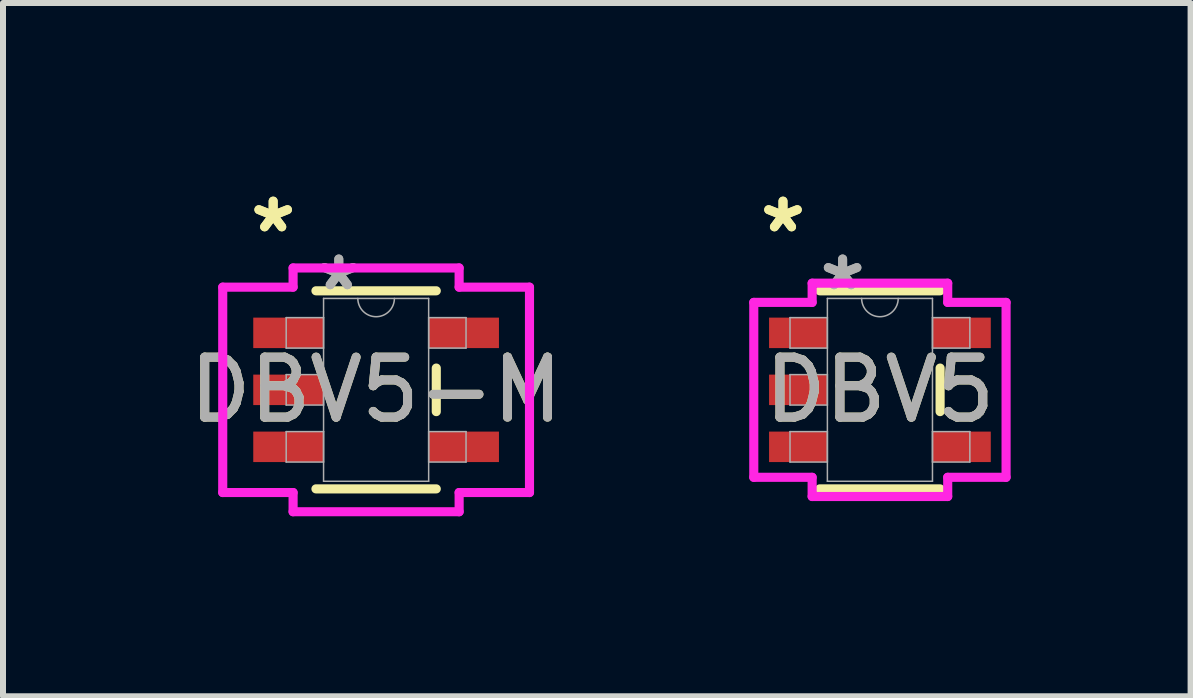
<source format=kicad_pcb>
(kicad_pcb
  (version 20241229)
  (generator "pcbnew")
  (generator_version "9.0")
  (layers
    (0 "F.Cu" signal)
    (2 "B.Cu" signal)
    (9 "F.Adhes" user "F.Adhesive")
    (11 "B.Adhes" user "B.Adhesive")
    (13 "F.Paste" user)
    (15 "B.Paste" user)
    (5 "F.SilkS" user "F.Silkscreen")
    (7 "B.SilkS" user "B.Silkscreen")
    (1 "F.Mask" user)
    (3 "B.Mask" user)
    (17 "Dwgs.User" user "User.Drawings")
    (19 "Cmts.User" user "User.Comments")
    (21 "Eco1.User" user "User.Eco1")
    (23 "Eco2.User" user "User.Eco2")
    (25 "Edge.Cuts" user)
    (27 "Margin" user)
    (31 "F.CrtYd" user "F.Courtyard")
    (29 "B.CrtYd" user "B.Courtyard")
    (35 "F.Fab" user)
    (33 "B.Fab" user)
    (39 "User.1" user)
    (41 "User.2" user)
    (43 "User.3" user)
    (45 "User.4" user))
  (footprint "DBV5-M"
    (layer "F.Cu")
    (at 3.22 3.449)
    (property "Reference" "DBV5-M" (at 0 0 0) (unlocked yes) (layer "F.SilkS") (effects (font (size 1 1) (thickness 0.15))))
    (attr smd)
    (fp_line (start -1.003 1.651) (end 1.003 1.651) (stroke (width 0.152) (type solid)) (layer "F.SilkS"))
    (fp_line (start 1.003 -1.651) (end -1.003 -1.651) (stroke (width 0.152) (type solid)) (layer "F.SilkS"))
    (fp_line (start 1.003 0.363) (end 1.003 -0.363) (stroke (width 0.152) (type solid)) (layer "F.SilkS"))
    (fp_line (start -2.557 -1.712) (end -1.384 -1.712) (stroke (width 0.152) (type solid)) (layer "F.CrtYd"))
    (fp_line (start -2.557 1.712) (end -2.557 -1.712) (stroke (width 0.152) (type solid)) (layer "F.CrtYd"))
    (fp_line (start -1.384 -2.032) (end 1.384 -2.032) (stroke (width 0.152) (type solid)) (layer "F.CrtYd"))
    (fp_line (start -1.384 -1.712) (end -1.384 -2.032) (stroke (width 0.152) (type solid)) (layer "F.CrtYd"))
    (fp_line (start -1.384 1.712) (end -2.557 1.712) (stroke (width 0.152) (type solid)) (layer "F.CrtYd"))
    (fp_line (start -1.384 2.032) (end -1.384 1.712) (stroke (width 0.152) (type solid)) (layer "F.CrtYd"))
    (fp_line (start 1.384 -2.032) (end 1.384 -1.712) (stroke (width 0.152) (type solid)) (layer "F.CrtYd"))
    (fp_line (start 1.384 -1.712) (end 2.557 -1.712) (stroke (width 0.152) (type solid)) (layer "F.CrtYd"))
    (fp_line (start 1.384 1.712) (end 1.384 2.032) (stroke (width 0.152) (type solid)) (layer "F.CrtYd"))
    (fp_line (start 1.384 2.032) (end -1.384 2.032) (stroke (width 0.152) (type solid)) (layer "F.CrtYd"))
    (fp_line (start 2.557 -1.712) (end 2.557 1.712) (stroke (width 0.152) (type solid)) (layer "F.CrtYd"))
    (fp_line (start 2.557 1.712) (end 1.384 1.712) (stroke (width 0.152) (type solid)) (layer "F.CrtYd"))
    (fp_line (start -1.499 -1.204) (end -1.499 -0.696) (stroke (width 0.025) (type solid)) (layer "F.Fab"))
    (fp_line (start -1.499 -0.696) (end -0.876 -0.696) (stroke (width 0.025) (type solid)) (layer "F.Fab"))
    (fp_line (start -1.499 -0.254) (end -1.499 0.254) (stroke (width 0.025) (type solid)) (layer "F.Fab"))
    (fp_line (start -1.499 0.254) (end -0.876 0.254) (stroke (width 0.025) (type solid)) (layer "F.Fab"))
    (fp_line (start -1.499 0.696) (end -1.499 1.204) (stroke (width 0.025) (type solid)) (layer "F.Fab"))
    (fp_line (start -1.499 1.204) (end -0.876 1.204) (stroke (width 0.025) (type solid)) (layer "F.Fab"))
    (fp_line (start -0.876 -1.524) (end -0.876 1.524) (stroke (width 0.025) (type solid)) (layer "F.Fab"))
    (fp_line (start -0.876 -1.204) (end -1.499 -1.204) (stroke (width 0.025) (type solid)) (layer "F.Fab"))
    (fp_line (start -0.876 -0.696) (end -0.876 -1.204) (stroke (width 0.025) (type solid)) (layer "F.Fab"))
    (fp_line (start -0.876 -0.254) (end -1.499 -0.254) (stroke (width 0.025) (type solid)) (layer "F.Fab"))
    (fp_line (start -0.876 0.254) (end -0.876 -0.254) (stroke (width 0.025) (type solid)) (layer "F.Fab"))
    (fp_line (start -0.876 0.696) (end -1.499 0.696) (stroke (width 0.025) (type solid)) (layer "F.Fab"))
    (fp_line (start -0.876 1.204) (end -0.876 0.696) (stroke (width 0.025) (type solid)) (layer "F.Fab"))
    (fp_line (start -0.876 1.524) (end 0.876 1.524) (stroke (width 0.025) (type solid)) (layer "F.Fab"))
    (fp_line (start 0.876 -1.524) (end -0.876 -1.524) (stroke (width 0.025) (type solid)) (layer "F.Fab"))
    (fp_line (start 0.876 -1.204) (end 0.876 -0.696) (stroke (width 0.025) (type solid)) (layer "F.Fab"))
    (fp_line (start 0.876 -0.696) (end 1.499 -0.696) (stroke (width 0.025) (type solid)) (layer "F.Fab"))
    (fp_line (start 0.876 0.696) (end 0.876 1.204) (stroke (width 0.025) (type solid)) (layer "F.Fab"))
    (fp_line (start 0.876 1.204) (end 1.499 1.204) (stroke (width 0.025) (type solid)) (layer "F.Fab"))
    (fp_line (start 0.876 1.524) (end 0.876 -1.524) (stroke (width 0.025) (type solid)) (layer "F.Fab"))
    (fp_line (start 1.499 -1.204) (end 0.876 -1.204) (stroke (width 0.025) (type solid)) (layer "F.Fab"))
    (fp_line (start 1.499 -0.696) (end 1.499 -1.204) (stroke (width 0.025) (type solid)) (layer "F.Fab"))
    (fp_line (start 1.499 0.696) (end 0.876 0.696) (stroke (width 0.025) (type solid)) (layer "F.Fab"))
    (fp_line (start 1.499 1.204) (end 1.499 0.696) (stroke (width 0.025) (type solid)) (layer "F.Fab"))
    (fp_arc (start 0.3048 -1.524) (mid 0 -1.2192) (end -0.3048 -1.524) (stroke (width 0.0254) (type solid)) (layer "F.Fab"))
    (fp_text user "*" (at -1.716 -2.601 0) (layer "F.SilkS") (effects (font (size 1 1) (thickness 0.15))))
    (fp_text user "*" (at -1.716 -2.601 0) (unlocked yes) (layer "F.SilkS") (effects (font (size 1 1) (thickness 0.15))))
    (fp_text user "*" (at -0.622 -1.636 0) (unlocked yes) (layer "F.Fab") (effects (font (size 1 1) (thickness 0.15))))
    (fp_text user "${REFERENCE}" (at 0 0 0) (unlocked yes) (layer "F.Fab") (effects (font (size 1 1) (thickness 0.15))))
    (fp_text user "*" (at -0.622 -1.636 0) (layer "F.Fab") (effects (font (size 1 1) (thickness 0.15))))
    (pad "1" smd rect (at -1.462 -0.95) (size 1.172 0.508) (layers "F.Cu" "F.Mask" "F.Paste"))
    (pad "2" smd rect (at -1.462 0) (size 1.172 0.508) (layers "F.Cu" "F.Mask" "F.Paste"))
    (pad "3" smd rect (at -1.462 0.95) (size 1.172 0.508) (layers "F.Cu" "F.Mask" "F.Paste"))
    (pad "4" smd rect (at 1.462 0.95) (size 1.172 0.508) (layers "F.Cu" "F.Mask" "F.Paste"))
    (pad "5" smd rect (at 1.462 -0.95) (size 1.172 0.508) (layers "F.Cu" "F.Mask" "F.Paste")))
  (footprint "DBV5"
    (layer "F.Cu")
    (at 11.619 3.449)
    (property "Reference" "DBV5" (at 0 0 0) (unlocked yes) (layer "F.SilkS") (effects (font (size 1 1) (thickness 0.15))))
    (attr smd)
    (fp_line (start -1.003 1.651) (end 1.003 1.651) (stroke (width 0.152) (type solid)) (layer "F.SilkS"))
    (fp_line (start 1.003 -1.651) (end -1.003 -1.651) (stroke (width 0.152) (type solid)) (layer "F.SilkS"))
    (fp_line (start 1.003 0.363) (end 1.003 -0.363) (stroke (width 0.152) (type solid)) (layer "F.SilkS"))
    (fp_line (start -2.103 -1.458) (end -1.13 -1.458) (stroke (width 0.152) (type solid)) (layer "F.CrtYd"))
    (fp_line (start -2.103 1.458) (end -2.103 -1.458) (stroke (width 0.152) (type solid)) (layer "F.CrtYd"))
    (fp_line (start -1.13 -1.778) (end 1.13 -1.778) (stroke (width 0.152) (type solid)) (layer "F.CrtYd"))
    (fp_line (start -1.13 -1.458) (end -1.13 -1.778) (stroke (width 0.152) (type solid)) (layer "F.CrtYd"))
    (fp_line (start -1.13 1.458) (end -2.103 1.458) (stroke (width 0.152) (type solid)) (layer "F.CrtYd"))
    (fp_line (start -1.13 1.778) (end -1.13 1.458) (stroke (width 0.152) (type solid)) (layer "F.CrtYd"))
    (fp_line (start 1.13 -1.778) (end 1.13 -1.458) (stroke (width 0.152) (type solid)) (layer "F.CrtYd"))
    (fp_line (start 1.13 -1.458) (end 2.103 -1.458) (stroke (width 0.152) (type solid)) (layer "F.CrtYd"))
    (fp_line (start 1.13 1.458) (end 1.13 1.778) (stroke (width 0.152) (type solid)) (layer "F.CrtYd"))
    (fp_line (start 1.13 1.778) (end -1.13 1.778) (stroke (width 0.152) (type solid)) (layer "F.CrtYd"))
    (fp_line (start 2.103 -1.458) (end 2.103 1.458) (stroke (width 0.152) (type solid)) (layer "F.CrtYd"))
    (fp_line (start 2.103 1.458) (end 1.13 1.458) (stroke (width 0.152) (type solid)) (layer "F.CrtYd"))
    (fp_line (start -1.499 -1.204) (end -1.499 -0.696) (stroke (width 0.025) (type solid)) (layer "F.Fab"))
    (fp_line (start -1.499 -0.696) (end -0.876 -0.696) (stroke (width 0.025) (type solid)) (layer "F.Fab"))
    (fp_line (start -1.499 -0.254) (end -1.499 0.254) (stroke (width 0.025) (type solid)) (layer "F.Fab"))
    (fp_line (start -1.499 0.254) (end -0.876 0.254) (stroke (width 0.025) (type solid)) (layer "F.Fab"))
    (fp_line (start -1.499 0.696) (end -1.499 1.204) (stroke (width 0.025) (type solid)) (layer "F.Fab"))
    (fp_line (start -1.499 1.204) (end -0.876 1.204) (stroke (width 0.025) (type solid)) (layer "F.Fab"))
    (fp_line (start -0.876 -1.524) (end -0.876 1.524) (stroke (width 0.025) (type solid)) (layer "F.Fab"))
    (fp_line (start -0.876 -1.204) (end -1.499 -1.204) (stroke (width 0.025) (type solid)) (layer "F.Fab"))
    (fp_line (start -0.876 -0.696) (end -0.876 -1.204) (stroke (width 0.025) (type solid)) (layer "F.Fab"))
    (fp_line (start -0.876 -0.254) (end -1.499 -0.254) (stroke (width 0.025) (type solid)) (layer "F.Fab"))
    (fp_line (start -0.876 0.254) (end -0.876 -0.254) (stroke (width 0.025) (type solid)) (layer "F.Fab"))
    (fp_line (start -0.876 0.696) (end -1.499 0.696) (stroke (width 0.025) (type solid)) (layer "F.Fab"))
    (fp_line (start -0.876 1.204) (end -0.876 0.696) (stroke (width 0.025) (type solid)) (layer "F.Fab"))
    (fp_line (start -0.876 1.524) (end 0.876 1.524) (stroke (width 0.025) (type solid)) (layer "F.Fab"))
    (fp_line (start 0.876 -1.524) (end -0.876 -1.524) (stroke (width 0.025) (type solid)) (layer "F.Fab"))
    (fp_line (start 0.876 -1.204) (end 0.876 -0.696) (stroke (width 0.025) (type solid)) (layer "F.Fab"))
    (fp_line (start 0.876 -0.696) (end 1.499 -0.696) (stroke (width 0.025) (type solid)) (layer "F.Fab"))
    (fp_line (start 0.876 0.696) (end 0.876 1.204) (stroke (width 0.025) (type solid)) (layer "F.Fab"))
    (fp_line (start 0.876 1.204) (end 1.499 1.204) (stroke (width 0.025) (type solid)) (layer "F.Fab"))
    (fp_line (start 0.876 1.524) (end 0.876 -1.524) (stroke (width 0.025) (type solid)) (layer "F.Fab"))
    (fp_line (start 1.499 -1.204) (end 0.876 -1.204) (stroke (width 0.025) (type solid)) (layer "F.Fab"))
    (fp_line (start 1.499 -0.696) (end 1.499 -1.204) (stroke (width 0.025) (type solid)) (layer "F.Fab"))
    (fp_line (start 1.499 0.696) (end 0.876 0.696) (stroke (width 0.025) (type solid)) (layer "F.Fab"))
    (fp_line (start 1.499 1.204) (end 1.499 0.696) (stroke (width 0.025) (type solid)) (layer "F.Fab"))
    (fp_arc (start 0.3048 -1.524) (mid 0 -1.2192) (end -0.3048 -1.524) (stroke (width 0.0254) (type solid)) (layer "F.Fab"))
    (fp_text user "*" (at -1.616 -2.601 0) (unlocked yes) (layer "F.SilkS") (effects (font (size 1 1) (thickness 0.15))))
    (fp_text user "*" (at -1.616 -2.601 0) (layer "F.SilkS") (effects (font (size 1 1) (thickness 0.15))))
    (fp_text user "${REFERENCE}" (at 0 0 0) (unlocked yes) (layer "F.Fab") (effects (font (size 1 1) (thickness 0.15))))
    (fp_text user "*" (at -0.622 -1.636 0) (layer "F.Fab") (effects (font (size 1 1) (thickness 0.15))))
    (fp_text user "*" (at -0.622 -1.636 0) (unlocked yes) (layer "F.Fab") (effects (font (size 1 1) (thickness 0.15))))
    (pad "1" smd rect (at -1.362 -0.95) (size 0.972 0.508) (layers "F.Cu" "F.Mask" "F.Paste"))
    (pad "2" smd rect (at -1.362 0) (size 0.972 0.508) (layers "F.Cu" "F.Mask" "F.Paste"))
    (pad "3" smd rect (at -1.362 0.95) (size 0.972 0.508) (layers "F.Cu" "F.Mask" "F.Paste"))
    (pad "4" smd rect (at 1.362 0.95) (size 0.972 0.508) (layers "F.Cu" "F.Mask" "F.Paste"))
    (pad "5" smd rect (at 1.362 -0.95) (size 0.972 0.508) (layers "F.Cu" "F.Mask" "F.Paste")))
  (gr_rect
    (start -3 -3)
    (end 16.798 8.557)
    (stroke (width 0.1) (type default))
    (fill no)
    (layer "Edge.Cuts")))
</source>
